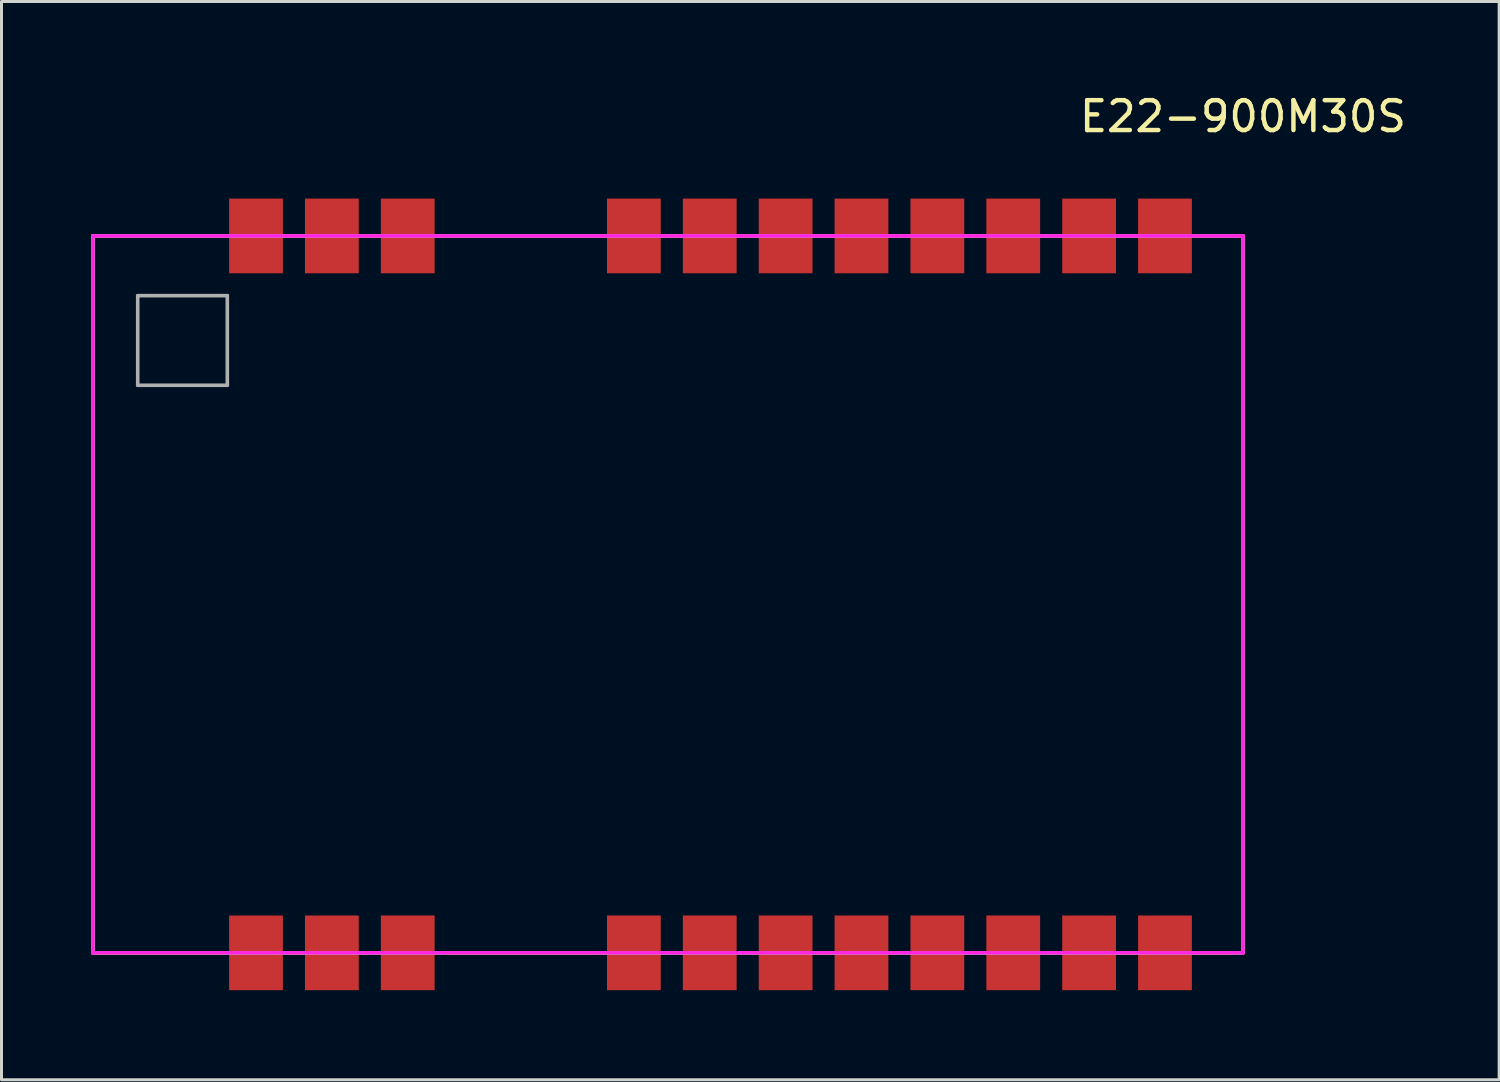
<source format=kicad_pcb>
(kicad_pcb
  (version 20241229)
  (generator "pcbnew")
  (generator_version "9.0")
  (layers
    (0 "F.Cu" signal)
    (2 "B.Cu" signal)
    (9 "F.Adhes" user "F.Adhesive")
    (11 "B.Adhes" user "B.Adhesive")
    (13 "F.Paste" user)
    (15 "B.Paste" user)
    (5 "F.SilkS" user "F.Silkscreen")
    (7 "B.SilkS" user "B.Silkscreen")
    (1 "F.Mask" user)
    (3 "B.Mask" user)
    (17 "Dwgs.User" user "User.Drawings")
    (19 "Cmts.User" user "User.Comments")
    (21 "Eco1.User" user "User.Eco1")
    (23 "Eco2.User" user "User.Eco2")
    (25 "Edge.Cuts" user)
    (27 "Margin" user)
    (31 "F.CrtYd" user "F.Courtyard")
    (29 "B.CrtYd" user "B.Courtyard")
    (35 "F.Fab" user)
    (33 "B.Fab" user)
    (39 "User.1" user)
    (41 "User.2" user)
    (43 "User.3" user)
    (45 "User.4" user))
  (footprint "E22-900M30S"
    (layer "F.Cu")
    (at 38.56 4.848)
    (property "Reference" "E22-900M30S" (at 0 -4 0) (unlocked yes) (layer "F.SilkS") (effects (font (size 1 1) (thickness 0.15))))
    (attr through_hole)
    (fp_line (start -38.5 0) (end -38.5 24) (stroke (width 0.12) (type solid)) (layer "F.SilkS"))
    (fp_line (start -38.5 24) (end 0 24) (stroke (width 0.12) (type solid)) (layer "F.SilkS"))
    (fp_line (start 0 0) (end -38.5 0) (stroke (width 0.12) (type solid)) (layer "F.SilkS"))
    (fp_line (start 0 24) (end 0 0) (stroke (width 0.12) (type solid)) (layer "F.SilkS"))
    (fp_line (start -38.5 0) (end 0 0) (stroke (width 0.12) (type solid)) (layer "F.CrtYd"))
    (fp_line (start -38.5 24) (end -38.5 0) (stroke (width 0.12) (type solid)) (layer "F.CrtYd"))
    (fp_line (start 0 0) (end 0 24) (stroke (width 0.12) (type solid)) (layer "F.CrtYd"))
    (fp_line (start 0 24) (end -38.5 24) (stroke (width 0.12) (type solid)) (layer "F.CrtYd"))
    (fp_line (start -38.5 24) (end -38.5 0) (stroke (width 0.12) (type solid)) (layer "F.Fab"))
    (fp_line (start -37 2) (end -37 5) (stroke (width 0.12) (type solid)) (layer "F.Fab"))
    (fp_line (start -37 5) (end -34 5) (stroke (width 0.12) (type solid)) (layer "F.Fab"))
    (fp_line (start -34 2) (end -37 2) (stroke (width 0.12) (type solid)) (layer "F.Fab"))
    (fp_line (start -34 5) (end -34 2) (stroke (width 0.12) (type solid)) (layer "F.Fab"))
    (fp_line (start 0 0) (end -38.5 0) (stroke (width 0.12) (type solid)) (layer "F.Fab"))
    (fp_line (start 0 0) (end 0 24) (stroke (width 0.12) (type solid)) (layer "F.Fab"))
    (fp_line (start 0 24) (end -38.5 24) (stroke (width 0.12) (type solid)) (layer "F.Fab"))
    (pad "1" smd rect (at -33.04 24) (size 1.8 2.5) (layers "F.Cu" "F.Mask" "F.Paste"))
    (pad "2" smd rect (at -30.5 24) (size 1.8 2.5) (layers "F.Cu" "F.Mask" "F.Paste"))
    (pad "3" smd rect (at -27.96 24) (size 1.8 2.5) (layers "F.Cu" "F.Mask" "F.Paste"))
    (pad "4" smd rect (at -20.39 24) (size 1.8 2.5) (layers "F.Cu" "F.Mask" "F.Paste"))
    (pad "5" smd rect (at -17.85 24) (size 1.8 2.5) (layers "F.Cu" "F.Mask" "F.Paste"))
    (pad "6" smd rect (at -15.31 24) (size 1.8 2.5) (layers "F.Cu" "F.Mask" "F.Paste"))
    (pad "7" smd rect (at -12.77 24) (size 1.8 2.5) (layers "F.Cu" "F.Mask" "F.Paste"))
    (pad "8" smd rect (at -10.23 24) (size 1.8 2.5) (layers "F.Cu" "F.Mask" "F.Paste"))
    (pad "9" smd rect (at -7.69 24) (size 1.8 2.5) (layers "F.Cu" "F.Mask" "F.Paste"))
    (pad "10" smd rect (at -5.15 24) (size 1.8 2.5) (layers "F.Cu" "F.Mask" "F.Paste"))
    (pad "11" smd rect (at -2.61 24) (size 1.8 2.5) (layers "F.Cu" "F.Mask" "F.Paste"))
    (pad "12" smd rect (at -2.61 0) (size 1.8 2.5) (layers "F.Cu" "F.Mask" "F.Paste"))
    (pad "13" smd rect (at -5.15 0) (size 1.8 2.5) (layers "F.Cu" "F.Mask" "F.Paste"))
    (pad "14" smd rect (at -7.69 0) (size 1.8 2.5) (layers "F.Cu" "F.Mask" "F.Paste"))
    (pad "15" smd rect (at -10.23 0) (size 1.8 2.5) (layers "F.Cu" "F.Mask" "F.Paste"))
    (pad "16" smd rect (at -12.77 0) (size 1.8 2.5) (layers "F.Cu" "F.Mask" "F.Paste"))
    (pad "17" smd rect (at -15.31 0) (size 1.8 2.5) (layers "F.Cu" "F.Mask" "F.Paste"))
    (pad "18" smd rect (at -17.85 0) (size 1.8 2.5) (layers "F.Cu" "F.Mask" "F.Paste"))
    (pad "19" smd rect (at -20.39 0) (size 1.8 2.5) (layers "F.Cu" "F.Mask" "F.Paste"))
    (pad "20" smd rect (at -27.96 0) (size 1.8 2.5) (layers "F.Cu" "F.Mask" "F.Paste"))
    (pad "21" smd rect (at -30.5 0) (size 1.8 2.5) (layers "F.Cu" "F.Mask" "F.Paste"))
    (pad "22" smd rect (at -33.04 0) (size 1.8 2.5) (layers "F.Cu" "F.Mask" "F.Paste")))
  (gr_rect
    (start -3 -3)
    (end 47.137 33.098)
    (stroke (width 0.1) (type default))
    (fill no)
    (layer "Edge.Cuts")))
</source>
